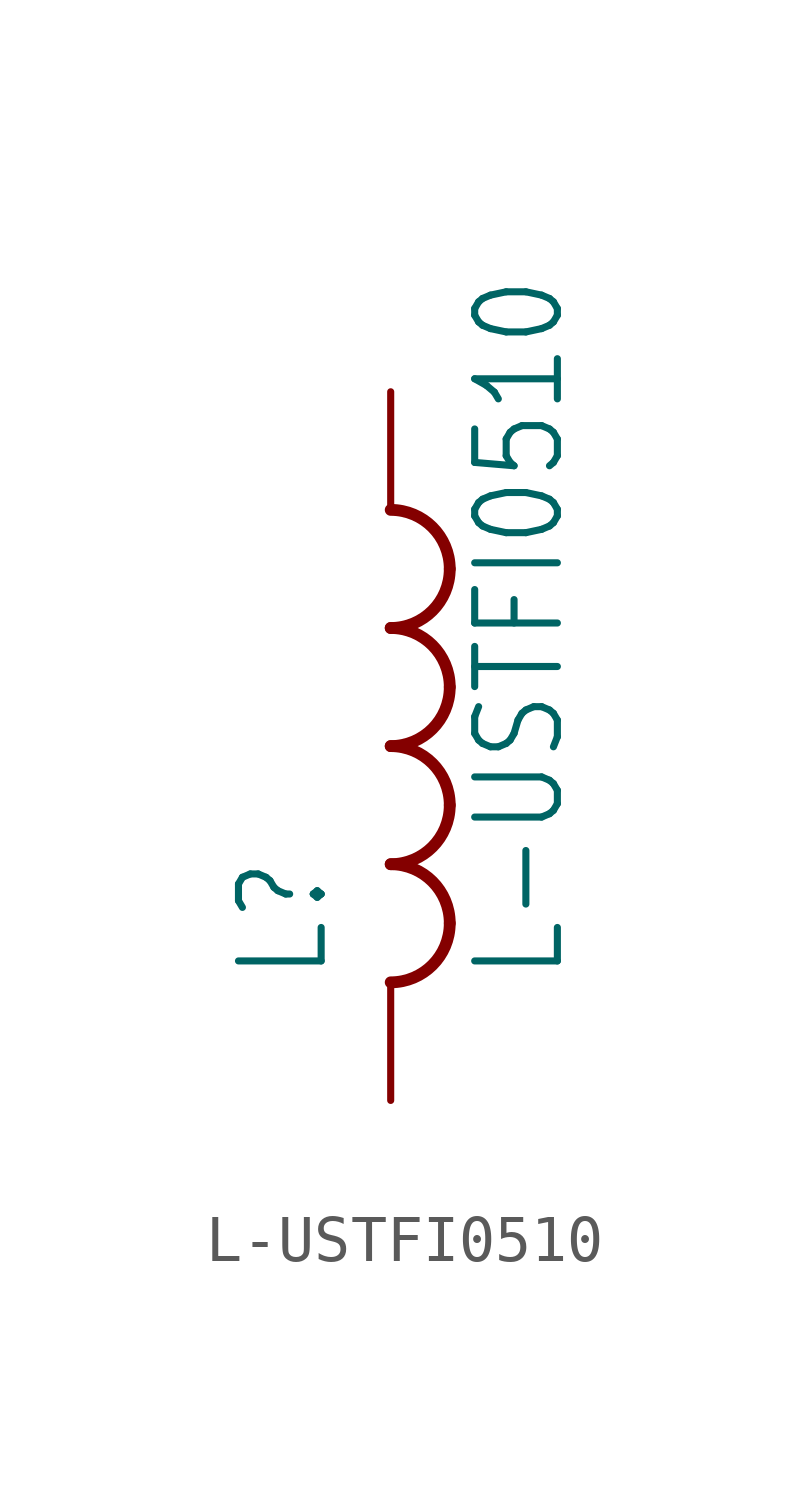
<source format=kicad_sym>
(kicad_symbol_lib
  (version 20211014)
  (generator kicad_symbol_editor)
  (symbol "L-USTFI0510"
    (property "Reference" "L"
      (at -1.27 -5.08 90)
      (effects (font (size 1.778 1.511)) (justify left bottom)))
    (property "Value" "L-USTFI0510"
      (at 3.81 -5.08 90)
      (effects (font (size 1.778 1.511)) (justify left bottom)))
    (property "ki_locked" ""
      (at 0 0 0)
      (effects (font (size 1.27 1.27))))
    (symbol "L-USTFI0510_1_0"
      (arc (start 0 -5.08) (mid 0.898 -4.708) (end 1.27 -3.81) (stroke (width 0.254) (type default) (color 0 0 0 0)) (fill (type none)))
      (arc (start 0 -2.54) (mid 0.898 -2.168) (end 1.27 -1.27) (stroke (width 0.254) (type default) (color 0 0 0 0)) (fill (type none)))
      (arc (start 0 0) (mid 0.898 0.372) (end 1.27 1.27) (stroke (width 0.254) (type default) (color 0 0 0 0)) (fill (type none)))
      (arc (start 0 2.54) (mid 0.898 2.912) (end 1.27 3.81) (stroke (width 0.254) (type default) (color 0 0 0 0)) (fill (type none)))
      (arc (start 1.27 -3.81) (mid 0.898 -2.912) (end 0 -2.54) (stroke (width 0.254) (type default) (color 0 0 0 0)) (fill (type none)))
      (arc (start 1.27 -1.27) (mid 0.898 -0.372) (end 0 0) (stroke (width 0.254) (type default) (color 0 0 0 0)) (fill (type none)))
      (arc (start 1.27 1.27) (mid 0.898 2.168) (end 0 2.54) (stroke (width 0.254) (type default) (color 0 0 0 0)) (fill (type none)))
      (arc (start 1.27 3.81) (mid 0.898 4.708) (end 0 5.08) (stroke (width 0.254) (type default) (color 0 0 0 0)) (fill (type none)))
      (pin passive line (at 0 7.62 270) (length 2.54) (name "1" (effects (font (size 0 0)))) (number "1" (effects (font (size 0 0)))))
      (pin passive line (at 0 -7.62 90) (length 2.54) (name "2" (effects (font (size 0 0)))) (number "2" (effects (font (size 0 0))))))))
</source>
